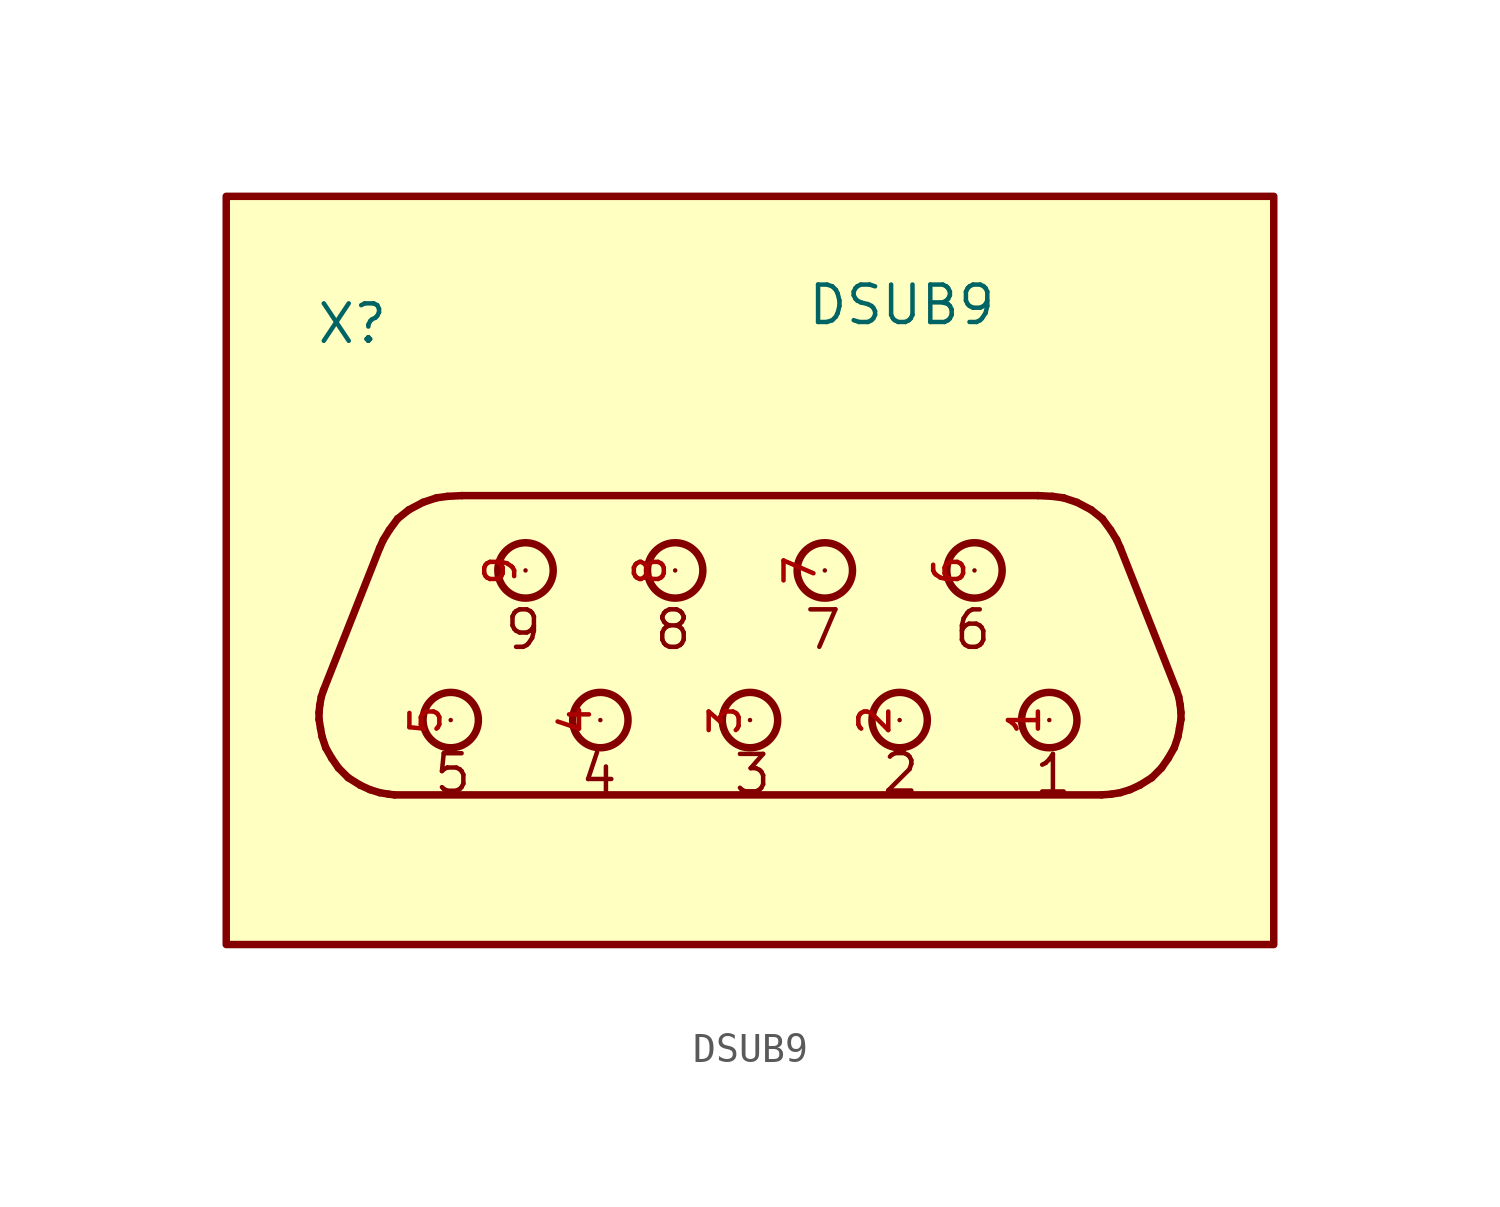
<source format=kicad_sym>
(kicad_symbol_lib
  (version 20220914)
  (generator kicad_symbol_editor)
  (symbol "DSUB9"
    (pin_names
      (offset 1.016))
    (property "Reference" "X"
      (at -14.75 10.172 0)
      (effects (font (size 1.27 1.27)) (justify left bottom)))
    (property "Value" "DSUB9"
      (at 1.908 10.811 0)
      (effects (font (size 1.27 1.27)) (justify left bottom)))
    (symbol "DSUB9_0_0"
      (rectangle (start -17.78 -10.16) (end 17.78 15.24) (stroke (width 0.254) (type default)) (fill (type background)))
      (circle (center -10.16 -2.54) (radius 0.94) (stroke (width 0.254) (type default)) (fill (type none)))
      (circle (center -7.62 2.54) (radius 0.94) (stroke (width 0.254) (type default)) (fill (type none)))
      (circle (center -5.08 -2.54) (radius 0.94) (stroke (width 0.254) (type default)) (fill (type none)))
      (circle (center -2.54 2.54) (radius 0.94) (stroke (width 0.254) (type default)) (fill (type none)))
      (circle (center 0 -2.54) (radius 0.94) (stroke (width 0.254) (type default)) (fill (type none)))
      (polyline (pts (xy -14.63 -2.515) (xy -14.58 -2.819)) (stroke (width 0.254) (type default)) (fill (type none)))
      (polyline (pts (xy -14.63 -2.286) (xy -14.63 -2.515)) (stroke (width 0.254) (type default)) (fill (type none)))
      (polyline (pts (xy -14.605 -2.032) (xy -14.63 -2.286)) (stroke (width 0.254) (type default)) (fill (type none)))
      (polyline (pts (xy -14.58 -2.819) (xy -14.529 -3.099)) (stroke (width 0.254) (type default)) (fill (type none)))
      (polyline (pts (xy -14.554 -1.753) (xy -14.605 -2.032)) (stroke (width 0.254) (type default)) (fill (type none)))
      (polyline (pts (xy -14.529 -3.099) (xy -14.402 -3.48)) (stroke (width 0.254) (type default)) (fill (type none)))
      (polyline (pts (xy -14.478 -1.524) (xy -14.554 -1.753)) (stroke (width 0.254) (type default)) (fill (type none)))
      (polyline (pts (xy -14.478 -1.524) (xy -12.573 3.302)) (stroke (width 0.254) (type default)) (fill (type none)))
      (polyline (pts (xy -14.402 -3.48) (xy -14.199 -3.835)) (stroke (width 0.254) (type default)) (fill (type none)))
      (polyline (pts (xy -14.199 -3.835) (xy -13.97 -4.166)) (stroke (width 0.254) (type default)) (fill (type none)))
      (polyline (pts (xy -13.97 -4.166) (xy -13.64 -4.496)) (stroke (width 0.254) (type default)) (fill (type none)))
      (polyline (pts (xy -13.64 -4.496) (xy -13.233 -4.75)) (stroke (width 0.254) (type default)) (fill (type none)))
      (polyline (pts (xy -13.233 -4.75) (xy -12.903 -4.902)) (stroke (width 0.254) (type default)) (fill (type none)))
      (polyline (pts (xy -12.903 -4.902) (xy -12.573 -5.004)) (stroke (width 0.254) (type default)) (fill (type none)))
      (polyline (pts (xy -12.573 -5.004) (xy -12.268 -5.055)) (stroke (width 0.254) (type default)) (fill (type none)))
      (polyline (pts (xy -12.446 3.581) (xy -12.573 3.302)) (stroke (width 0.254) (type default)) (fill (type none)))
      (polyline (pts (xy -12.268 -5.055) (xy -12.065 -5.08)) (stroke (width 0.254) (type default)) (fill (type none)))
      (polyline (pts (xy -12.243 3.912) (xy -12.446 3.581)) (stroke (width 0.254) (type default)) (fill (type none)))
      (polyline (pts (xy -11.963 4.293) (xy -12.243 3.912)) (stroke (width 0.254) (type default)) (fill (type none)))
      (polyline (pts (xy -11.582 4.597) (xy -11.963 4.293)) (stroke (width 0.254) (type default)) (fill (type none)))
      (polyline (pts (xy -11.1 4.851) (xy -11.582 4.597)) (stroke (width 0.254) (type default)) (fill (type none)))
      (polyline (pts (xy -10.643 5.004) (xy -11.1 4.851)) (stroke (width 0.254) (type default)) (fill (type none)))
      (polyline (pts (xy -10.262 5.055) (xy -10.643 5.004)) (stroke (width 0.254) (type default)) (fill (type none)))
      (polyline (pts (xy -9.779 5.08) (xy -10.262 5.055)) (stroke (width 0.254) (type default)) (fill (type none)))
      (polyline (pts (xy -9.779 5.08) (xy 9.779 5.08)) (stroke (width 0.254) (type default)) (fill (type none)))
      (polyline (pts (xy 9.779 5.08) (xy 10.262 5.055)) (stroke (width 0.254) (type default)) (fill (type none)))
      (polyline (pts (xy 10.262 5.055) (xy 10.643 5.004)) (stroke (width 0.254) (type default)) (fill (type none)))
      (polyline (pts (xy 10.643 5.004) (xy 11.1 4.851)) (stroke (width 0.254) (type default)) (fill (type none)))
      (polyline (pts (xy 11.1 4.851) (xy 11.582 4.597)) (stroke (width 0.254) (type default)) (fill (type none)))
      (polyline (pts (xy 11.582 4.597) (xy 11.963 4.293)) (stroke (width 0.254) (type default)) (fill (type none)))
      (polyline (pts (xy 11.938 -5.08) (xy -12.065 -5.08)) (stroke (width 0.254) (type default)) (fill (type none)))
      (polyline (pts (xy 11.963 4.293) (xy 12.243 3.912)) (stroke (width 0.254) (type default)) (fill (type none)))
      (polyline (pts (xy 12.243 3.912) (xy 12.446 3.581)) (stroke (width 0.254) (type default)) (fill (type none)))
      (polyline (pts (xy 12.268 -5.055) (xy 11.938 -5.08)) (stroke (width 0.254) (type default)) (fill (type none)))
      (polyline (pts (xy 12.446 3.581) (xy 12.573 3.302)) (stroke (width 0.254) (type default)) (fill (type none)))
      (polyline (pts (xy 12.573 -5.004) (xy 12.268 -5.055)) (stroke (width 0.254) (type default)) (fill (type none)))
      (polyline (pts (xy 12.903 -4.902) (xy 12.573 -5.004)) (stroke (width 0.254) (type default)) (fill (type none)))
      (polyline (pts (xy 13.233 -4.75) (xy 12.903 -4.902)) (stroke (width 0.254) (type default)) (fill (type none)))
      (polyline (pts (xy 13.64 -4.496) (xy 13.233 -4.75)) (stroke (width 0.254) (type default)) (fill (type none)))
      (polyline (pts (xy 13.97 -4.166) (xy 13.64 -4.496)) (stroke (width 0.254) (type default)) (fill (type none)))
      (polyline (pts (xy 14.199 -3.835) (xy 13.97 -4.166)) (stroke (width 0.254) (type default)) (fill (type none)))
      (polyline (pts (xy 14.402 -3.48) (xy 14.199 -3.835)) (stroke (width 0.254) (type default)) (fill (type none)))
      (polyline (pts (xy 14.478 -1.524) (xy 12.573 3.302)) (stroke (width 0.254) (type default)) (fill (type none)))
      (polyline (pts (xy 14.478 -1.524) (xy 14.554 -1.753)) (stroke (width 0.254) (type default)) (fill (type none)))
      (polyline (pts (xy 14.529 -3.099) (xy 14.402 -3.48)) (stroke (width 0.254) (type default)) (fill (type none)))
      (polyline (pts (xy 14.554 -1.753) (xy 14.605 -2.032)) (stroke (width 0.254) (type default)) (fill (type none)))
      (polyline (pts (xy 14.58 -2.819) (xy 14.529 -3.099)) (stroke (width 0.254) (type default)) (fill (type none)))
      (polyline (pts (xy 14.605 -2.032) (xy 14.63 -2.286)) (stroke (width 0.254) (type default)) (fill (type none)))
      (polyline (pts (xy 14.63 -2.515) (xy 14.58 -2.819)) (stroke (width 0.254) (type default)) (fill (type none)))
      (polyline (pts (xy 14.63 -2.286) (xy 14.63 -2.515)) (stroke (width 0.254) (type default)) (fill (type none)))
      (circle (center 2.54 2.54) (radius 0.94) (stroke (width 0.254) (type default)) (fill (type none)))
      (circle (center 5.08 -2.54) (radius 0.94) (stroke (width 0.254) (type default)) (fill (type none)))
      (circle (center 7.62 2.54) (radius 0.94) (stroke (width 0.254) (type default)) (fill (type none)))
      (circle (center 10.16 -2.54) (radius 0.94) (stroke (width 0.254) (type default)) (fill (type none)))
      (text "1" (at 10.989 -3.638 0) (effects (font (size 1.272 1.272)) (justify right top)))
      (text "2" (at 5.818 -3.608 0) (effects (font (size 1.27 1.27)) (justify right top)))
      (text "3" (at 0.788 -3.636 0) (effects (font (size 1.271 1.271)) (justify right top)))
      (text "4" (at -4.427 -3.639 0) (effects (font (size 1.272 1.272)) (justify right top)))
      (text "5" (at -9.388 -3.613 0) (effects (font (size 1.272 1.272)) (justify right top)))
      (text "6" (at 8.262 1.271 0) (effects (font (size 1.271 1.271)) (justify right top)))
      (text "7" (at 3.18 1.272 0) (effects (font (size 1.272 1.272)) (justify right top)))
      (text "8" (at -1.908 1.272 0) (effects (font (size 1.272 1.272)) (justify right top)))
      (text "9" (at -6.993 1.272 0) (effects (font (size 1.272 1.272)) (justify right top)))
      (pin passive line (at 10.16 -2.54 270) (length 0) (name "~" (effects (font (size 1.016 1.016)))) (number "1" (effects (font (size 1.016 1.016)))))
      (pin passive line (at 5.08 -2.54 270) (length 0) (name "~" (effects (font (size 1.016 1.016)))) (number "2" (effects (font (size 1.016 1.016)))))
      (pin passive line (at 0 -2.54 270) (length 0) (name "~" (effects (font (size 1.016 1.016)))) (number "3" (effects (font (size 1.016 1.016)))))
      (pin passive line (at -5.08 -2.54 270) (length 0) (name "~" (effects (font (size 1.016 1.016)))) (number "4" (effects (font (size 1.016 1.016)))))
      (pin passive line (at -10.16 -2.54 270) (length 0) (name "~" (effects (font (size 1.016 1.016)))) (number "5" (effects (font (size 1.016 1.016)))))
      (pin passive line (at 7.62 2.54 270) (length 0) (name "~" (effects (font (size 1.016 1.016)))) (number "6" (effects (font (size 1.016 1.016)))))
      (pin passive line (at 2.54 2.54 270) (length 0) (name "~" (effects (font (size 1.016 1.016)))) (number "7" (effects (font (size 1.016 1.016)))))
      (pin passive line (at -2.54 2.54 270) (length 0) (name "~" (effects (font (size 1.016 1.016)))) (number "8" (effects (font (size 1.016 1.016)))))
      (pin passive line (at -7.62 2.54 270) (length 0) (name "~" (effects (font (size 1.016 1.016)))) (number "9" (effects (font (size 1.016 1.016))))))))
</source>
